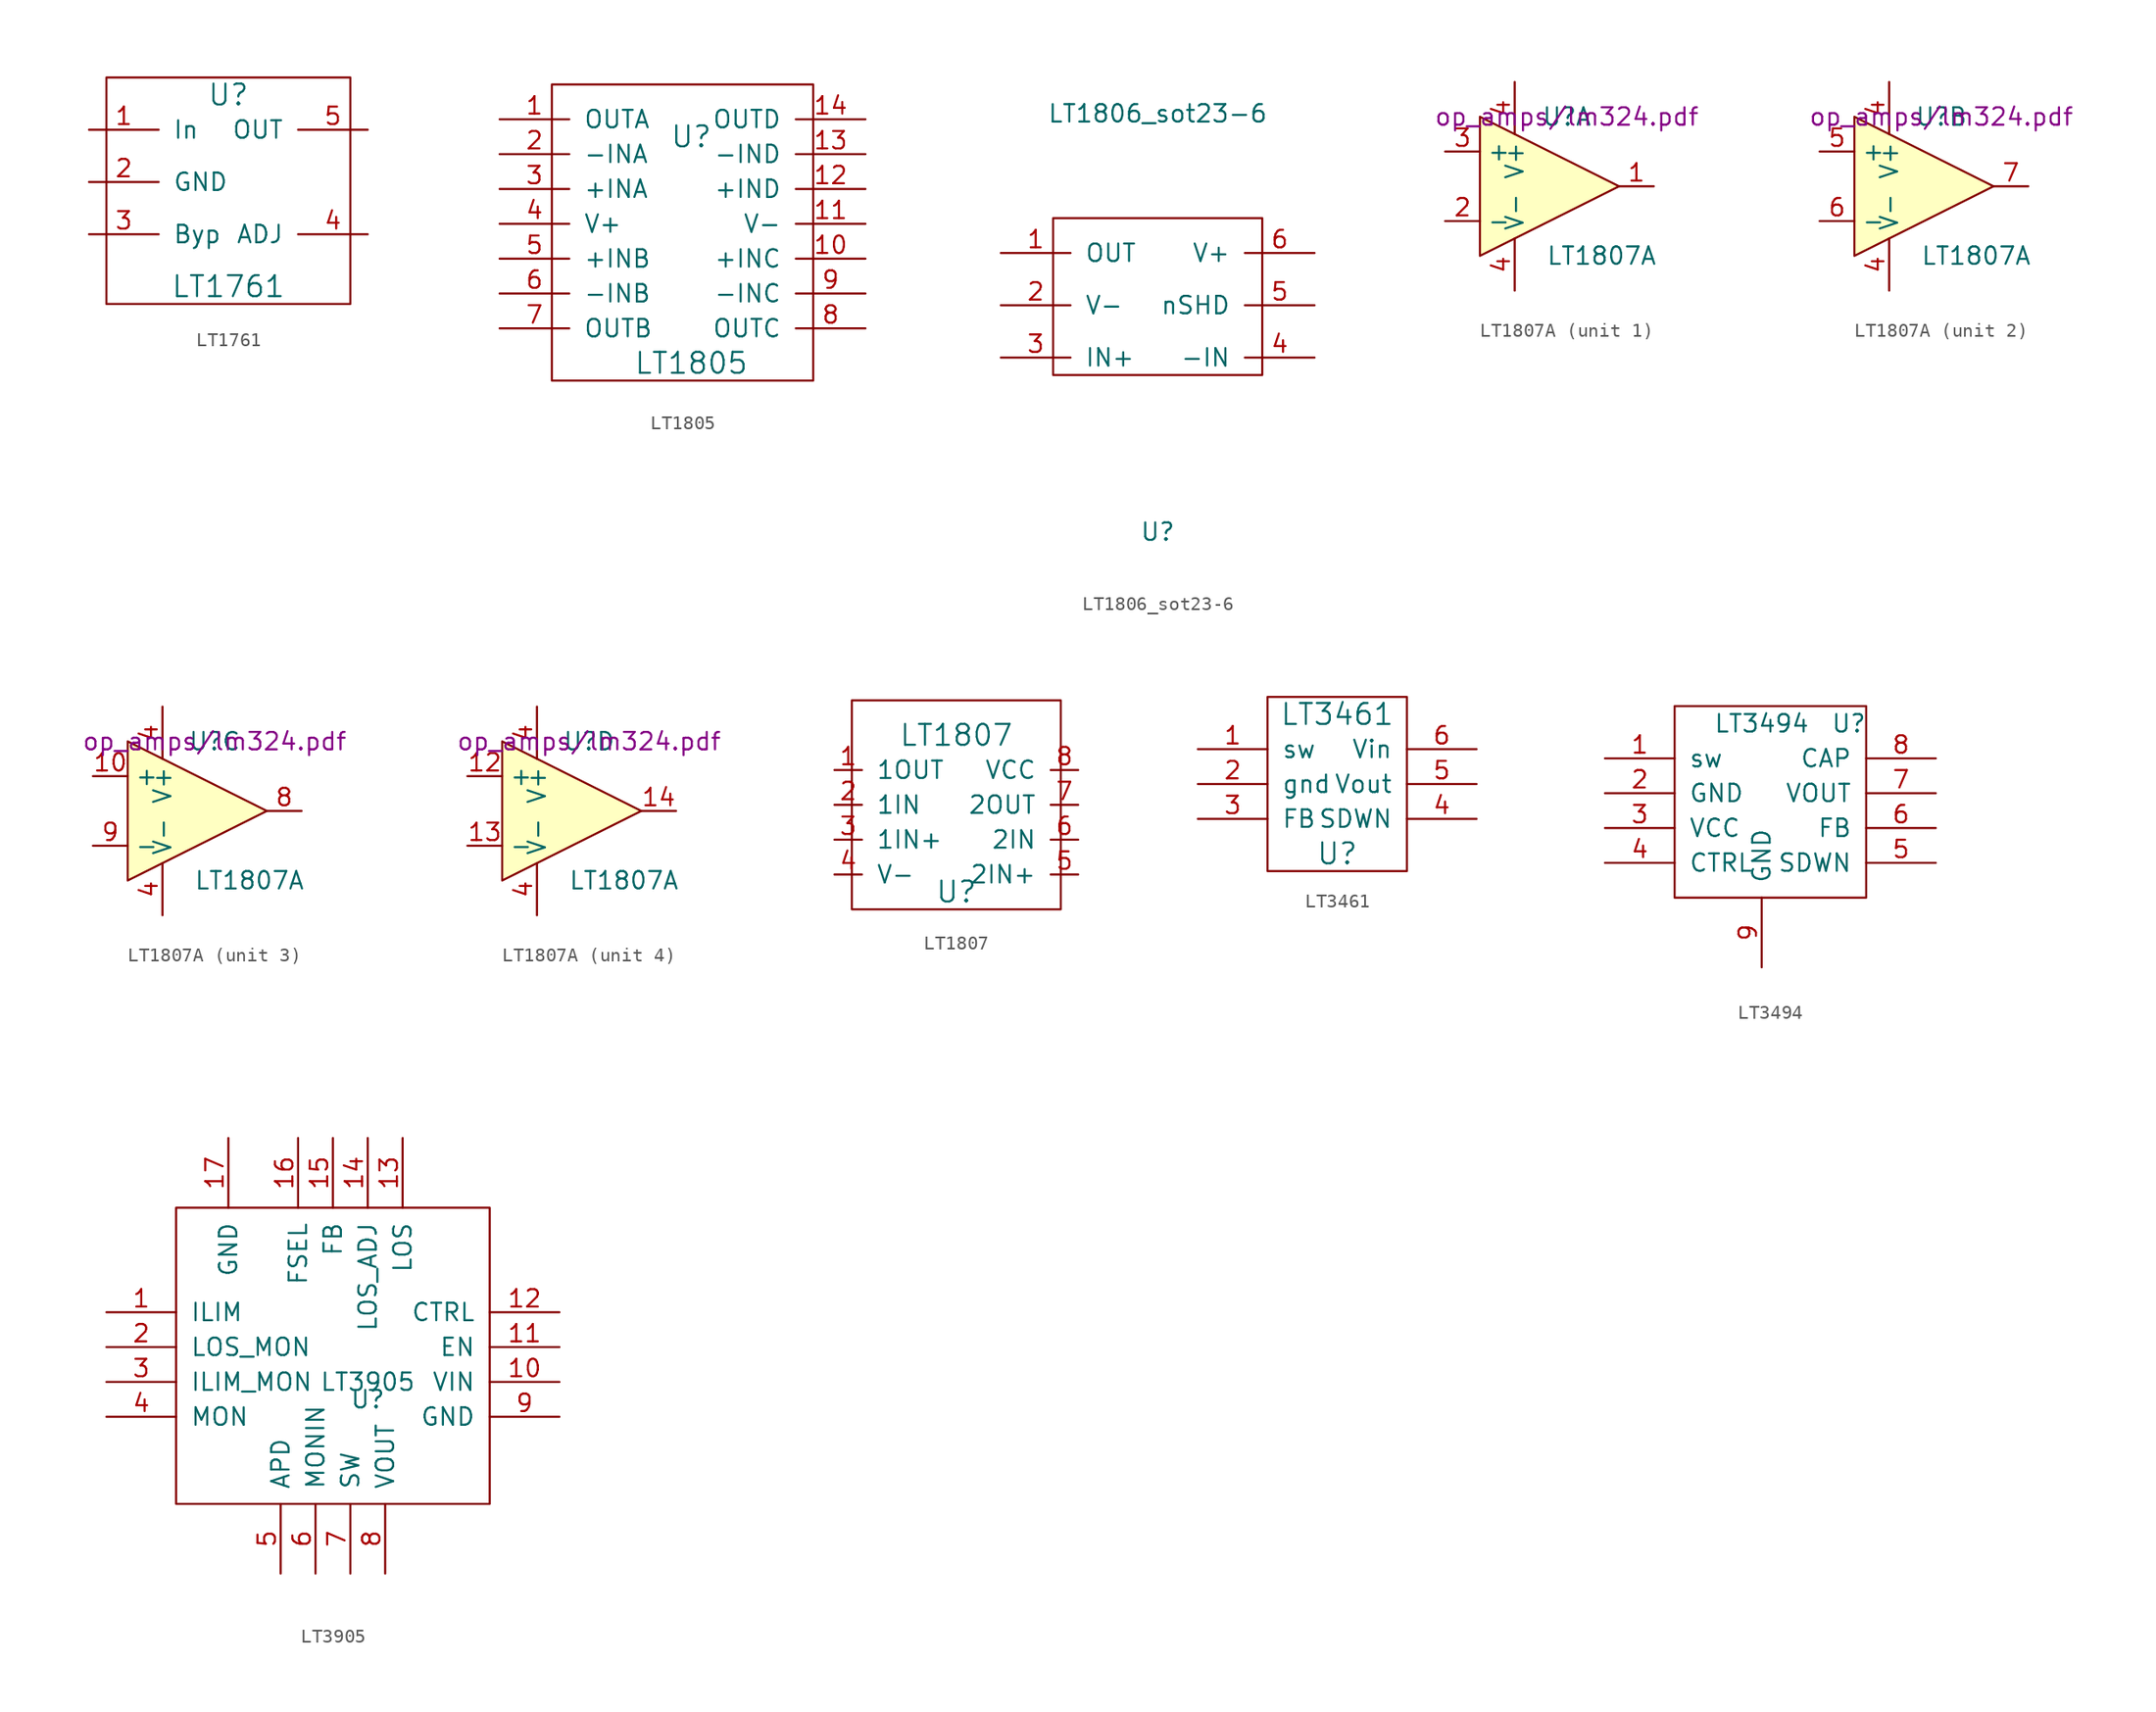
<source format=kicad_sym>
(kicad_symbol_lib
  (version 20220914)
  (generator kicad_symbol_editor)
  (symbol "LT1761"
    (pin_names
      (offset 1.016))
    (property "Reference" "U"
      (at 0 6.35 0)
      (effects (font (size 1.524 1.524))))
    (property "Value" "LT1761"
      (at 0 -7.62 0)
      (effects (font (size 1.524 1.524))))
    (property "Footprint" ""
      (at 0 0 0)
      (effects (font (size 1.524 1.524))))
    (property "Datasheet" ""
      (at 0 0 0)
      (effects (font (size 1.524 1.524))))
    (symbol "LT1761_0_1"
      (rectangle (start -8.89 7.62) (end 8.89 -8.89) (stroke (width 0) (type solid)) (fill (type none))))
    (symbol "LT1761_1_1"
      (pin input line (at -10.16 3.81 0) (length 5.08) (name "In" (effects (font (size 1.27 1.27)))) (number "1" (effects (font (size 1.27 1.27)))))
      (pin input line (at -10.16 0 0) (length 5.08) (name "GND" (effects (font (size 1.27 1.27)))) (number "2" (effects (font (size 1.27 1.27)))))
      (pin input line (at -10.16 -3.81 0) (length 5.08) (name "Byp" (effects (font (size 1.27 1.27)))) (number "3" (effects (font (size 1.27 1.27)))))
      (pin input line (at 10.16 -3.81 180) (length 5.08) (name "ADJ" (effects (font (size 1.27 1.27)))) (number "4" (effects (font (size 1.27 1.27)))))
      (pin input line (at 10.16 3.81 180) (length 5.08) (name "OUT" (effects (font (size 1.27 1.27)))) (number "5" (effects (font (size 1.27 1.27)))))))
  (symbol "LT1805"
    (pin_names
      (offset 1.016))
    (property "Reference" "U"
      (at 0 6.35 0)
      (effects (font (size 1.524 1.524))))
    (property "Value" "LT1805"
      (at 0 -10.16 0)
      (effects (font (size 1.524 1.524))))
    (property "Footprint" ""
      (at 0 -2.54 0)
      (effects (font (size 1.524 1.524))))
    (property "Datasheet" ""
      (at 0 -2.54 0)
      (effects (font (size 1.524 1.524))))
    (symbol "LT1805_0_1"
      (rectangle (start -10.16 10.16) (end 8.89 -11.43) (stroke (width 0) (type solid)) (fill (type none))))
    (symbol "LT1805_1_1"
      (pin input line (at -13.97 7.62 0) (length 5.08) (name "OUTA" (effects (font (size 1.27 1.27)))) (number "1" (effects (font (size 1.27 1.27)))))
      (pin input line (at 12.7 -2.54 180) (length 5.08) (name "+INC" (effects (font (size 1.27 1.27)))) (number "10" (effects (font (size 1.27 1.27)))))
      (pin input line (at 12.7 0 180) (length 5.08) (name "V-" (effects (font (size 1.27 1.27)))) (number "11" (effects (font (size 1.27 1.27)))))
      (pin input line (at 12.7 2.54 180) (length 5.08) (name "+IND" (effects (font (size 1.27 1.27)))) (number "12" (effects (font (size 1.27 1.27)))))
      (pin input line (at 12.7 5.08 180) (length 5.08) (name "-IND" (effects (font (size 1.27 1.27)))) (number "13" (effects (font (size 1.27 1.27)))))
      (pin input line (at 12.7 7.62 180) (length 5.08) (name "OUTD" (effects (font (size 1.27 1.27)))) (number "14" (effects (font (size 1.27 1.27)))))
      (pin input line (at -13.97 5.08 0) (length 5.08) (name "-INA" (effects (font (size 1.27 1.27)))) (number "2" (effects (font (size 1.27 1.27)))))
      (pin input line (at -13.97 2.54 0) (length 5.08) (name "+INA" (effects (font (size 1.27 1.27)))) (number "3" (effects (font (size 1.27 1.27)))))
      (pin input line (at -13.97 0 0) (length 5.08) (name "V+" (effects (font (size 1.27 1.27)))) (number "4" (effects (font (size 1.27 1.27)))))
      (pin input line (at -13.97 -2.54 0) (length 5.08) (name "+INB" (effects (font (size 1.27 1.27)))) (number "5" (effects (font (size 1.27 1.27)))))
      (pin input line (at -13.97 -5.08 0) (length 5.08) (name "-INB" (effects (font (size 1.27 1.27)))) (number "6" (effects (font (size 1.27 1.27)))))
      (pin input line (at -13.97 -7.62 0) (length 5.08) (name "OUTB" (effects (font (size 1.27 1.27)))) (number "7" (effects (font (size 1.27 1.27)))))
      (pin input line (at 12.7 -7.62 180) (length 5.08) (name "OUTC" (effects (font (size 1.27 1.27)))) (number "8" (effects (font (size 1.27 1.27)))))
      (pin input line (at 12.7 -5.08 180) (length 5.08) (name "-INC" (effects (font (size 1.27 1.27)))) (number "9" (effects (font (size 1.27 1.27)))))))
  (symbol "LT1806_sot23-6"
    (pin_names
      (offset 1.016))
    (property "Reference" "U"
      (at 0 -15.24 0)
      (effects (font (size 1.27 1.27))))
    (property "Value" "LT1806_sot23-6"
      (at 0 15.24 0)
      (effects (font (size 1.27 1.27))))
    (symbol "LT1806_sot23-6_0_1"
      (rectangle (start -7.62 7.62) (end 7.62 -3.81) (stroke (width 0) (type solid)) (fill (type none))))
    (symbol "LT1806_sot23-6_1_1"
      (pin input line (at -11.43 5.08 0) (length 5.08) (name "OUT" (effects (font (size 1.27 1.27)))) (number "1" (effects (font (size 1.27 1.27)))))
      (pin input line (at -11.43 1.27 0) (length 5.08) (name "V-" (effects (font (size 1.27 1.27)))) (number "2" (effects (font (size 1.27 1.27)))))
      (pin input line (at -11.43 -2.54 0) (length 5.08) (name "IN+" (effects (font (size 1.27 1.27)))) (number "3" (effects (font (size 1.27 1.27)))))
      (pin input line (at 11.43 -2.54 180) (length 5.08) (name "-IN" (effects (font (size 1.27 1.27)))) (number "4" (effects (font (size 1.27 1.27)))))
      (pin input line (at 11.43 1.27 180) (length 5.08) (name "nSHD" (effects (font (size 1.27 1.27)))) (number "5" (effects (font (size 1.27 1.27)))))
      (pin input line (at 11.43 5.08 180) (length 5.08) (name "V+" (effects (font (size 1.27 1.27)))) (number "6" (effects (font (size 1.27 1.27)))))))
  (symbol "LT1807A"
    (property "Reference" "U"
      (at 1.27 5.08 0)
      (effects (font (size 1.27 1.27))))
    (property "Value" "LT1807A"
      (at 3.81 -5.08 0)
      (effects (font (size 1.27 1.27))))
    (property "Footprint" ""
      (at -1.27 2.54 0)
      (effects (font (size 1.27 1.27))))
    (property "Datasheet" "op_amps/lm324.pdf"
      (at 1.27 5.08 0)
      (effects (font (size 1.27 1.27))))
    (symbol "LT1807A_0_1"
      (polyline (pts (xy -5.08 5.08) (xy 5.08 0) (xy -5.08 -5.08) (xy -5.08 5.08)) (stroke (width 0.152) (type solid)) (fill (type background)))
      (pin power_in line (at -2.54 7.62 270) (length 3.81) (name "V+" (effects (font (size 1.27 1.27)))) (number "4" (effects (font (size 1.27 1.27)))))
      (pin power_in line (at -2.54 -7.62 90) (length 3.81) (name "V-" (effects (font (size 1.27 1.27)))) (number "4" (effects (font (size 1.27 1.27))))))
    (symbol "LT1807A_1_1"
      (pin output line (at 7.62 0 180) (length 2.54) (name "~" (effects (font (size 1.27 1.27)))) (number "1" (effects (font (size 1.27 1.27)))))
      (pin input line (at -7.62 -2.54 0) (length 2.54) (name "-" (effects (font (size 1.27 1.27)))) (number "2" (effects (font (size 1.27 1.27)))))
      (pin input line (at -7.62 2.54 0) (length 2.54) (name "+" (effects (font (size 1.27 1.27)))) (number "3" (effects (font (size 1.27 1.27))))))
    (symbol "LT1807A_2_1"
      (pin input line (at -7.62 2.54 0) (length 2.54) (name "+" (effects (font (size 1.27 1.27)))) (number "5" (effects (font (size 1.27 1.27)))))
      (pin input line (at -7.62 -2.54 0) (length 2.54) (name "-" (effects (font (size 1.27 1.27)))) (number "6" (effects (font (size 1.27 1.27)))))
      (pin output line (at 7.62 0 180) (length 2.54) (name "~" (effects (font (size 1.27 1.27)))) (number "7" (effects (font (size 1.27 1.27))))))
    (symbol "LT1807A_3_1"
      (pin input line (at -7.62 2.54 0) (length 2.54) (name "+" (effects (font (size 1.27 1.27)))) (number "10" (effects (font (size 1.27 1.27)))))
      (pin output line (at 7.62 0 180) (length 2.54) (name "~" (effects (font (size 1.27 1.27)))) (number "8" (effects (font (size 1.27 1.27)))))
      (pin input line (at -7.62 -2.54 0) (length 2.54) (name "-" (effects (font (size 1.27 1.27)))) (number "9" (effects (font (size 1.27 1.27))))))
    (symbol "LT1807A_4_1"
      (pin input line (at -7.62 2.54 0) (length 2.54) (name "+" (effects (font (size 1.27 1.27)))) (number "12" (effects (font (size 1.27 1.27)))))
      (pin input line (at -7.62 -2.54 0) (length 2.54) (name "-" (effects (font (size 1.27 1.27)))) (number "13" (effects (font (size 1.27 1.27)))))
      (pin output line (at 7.62 0 180) (length 2.54) (name "~" (effects (font (size 1.27 1.27)))) (number "14" (effects (font (size 1.27 1.27)))))))
  (symbol "LT1807"
    (pin_names
      (offset 1.016))
    (property "Reference" "U"
      (at 0 -5.08 0)
      (effects (font (size 1.524 1.524))))
    (property "Value" "LT1807"
      (at 0 6.35 0)
      (effects (font (size 1.524 1.524))))
    (property "Footprint" ""
      (at -2.54 0 0)
      (effects (font (size 1.524 1.524))))
    (property "Datasheet" ""
      (at -2.54 0 0)
      (effects (font (size 1.524 1.524))))
    (symbol "LT1807_0_0"
      (rectangle (start -7.62 8.89) (end 7.62 -6.35) (stroke (width 0) (type solid)) (fill (type none))))
    (symbol "LT1807_1_1"
      (pin input line (at -8.89 3.81 0) (length 2.007) (name "1OUT" (effects (font (size 1.27 1.27)))) (number "1" (effects (font (size 1.27 1.27)))))
      (pin input line (at -8.89 1.27 0) (length 2.007) (name "1IN" (effects (font (size 1.27 1.27)))) (number "2" (effects (font (size 1.27 1.27)))))
      (pin input line (at -8.89 -1.27 0) (length 2.007) (name "1IN+" (effects (font (size 1.27 1.27)))) (number "3" (effects (font (size 1.27 1.27)))))
      (pin input line (at -8.89 -3.81 0) (length 2.007) (name "V-" (effects (font (size 1.27 1.27)))) (number "4" (effects (font (size 1.27 1.27)))))
      (pin input line (at 8.89 -3.81 180) (length 2.007) (name "2IN+" (effects (font (size 1.27 1.27)))) (number "5" (effects (font (size 1.27 1.27)))))
      (pin input line (at 8.89 -1.27 180) (length 2.007) (name "2IN" (effects (font (size 1.27 1.27)))) (number "6" (effects (font (size 1.27 1.27)))))
      (pin input line (at 8.89 1.27 180) (length 2.007) (name "2OUT" (effects (font (size 1.27 1.27)))) (number "7" (effects (font (size 1.27 1.27)))))
      (pin input line (at 8.89 3.81 180) (length 2.007) (name "VCC" (effects (font (size 1.27 1.27)))) (number "8" (effects (font (size 1.27 1.27)))))))
  (symbol "LT3461"
    (pin_names
      (offset 1.016))
    (property "Reference" "U"
      (at 0 -5.08 0)
      (effects (font (size 1.524 1.524))))
    (property "Value" "LT3461"
      (at 0 5.08 0)
      (effects (font (size 1.524 1.524))))
    (property "Footprint" ""
      (at 0 0 0)
      (effects (font (size 1.524 1.524))))
    (property "Datasheet" ""
      (at 0 0 0)
      (effects (font (size 1.524 1.524))))
    (symbol "LT3461_0_1"
      (rectangle (start -5.08 6.35) (end 5.08 -6.35) (stroke (width 0) (type solid)) (fill (type none))))
    (symbol "LT3461_1_1"
      (pin input line (at -10.16 2.54 0) (length 5.08) (name "sw" (effects (font (size 1.27 1.27)))) (number "1" (effects (font (size 1.27 1.27)))))
      (pin input line (at -10.16 0 0) (length 5.08) (name "gnd" (effects (font (size 1.27 1.27)))) (number "2" (effects (font (size 1.27 1.27)))))
      (pin input line (at -10.16 -2.54 0) (length 5.08) (name "FB" (effects (font (size 1.27 1.27)))) (number "3" (effects (font (size 1.27 1.27)))))
      (pin input line (at 10.16 -2.54 180) (length 5.08) (name "SDWN" (effects (font (size 1.27 1.27)))) (number "4" (effects (font (size 1.27 1.27)))))
      (pin input line (at 10.16 0 180) (length 5.08) (name "Vout" (effects (font (size 1.27 1.27)))) (number "5" (effects (font (size 1.27 1.27)))))
      (pin input line (at 10.16 2.54 180) (length 5.08) (name "Vin" (effects (font (size 1.27 1.27)))) (number "6" (effects (font (size 1.27 1.27)))))))
  (symbol "LT3494"
    (pin_names
      (offset 1.016))
    (property "Reference" "U"
      (at 6.35 7.62 0)
      (effects (font (size 1.27 1.27))))
    (property "Value" "LT3494"
      (at 0 7.62 0)
      (effects (font (size 1.27 1.27))))
    (symbol "LT3494_0_1"
      (rectangle (start -6.35 8.89) (end 7.62 -5.08) (stroke (width 0) (type solid)) (fill (type none))))
    (symbol "LT3494_1_1"
      (pin input line (at -11.43 5.08 0) (length 5.08) (name "sw" (effects (font (size 1.27 1.27)))) (number "1" (effects (font (size 1.27 1.27)))))
      (pin input line (at -11.43 2.54 0) (length 5.08) (name "GND" (effects (font (size 1.27 1.27)))) (number "2" (effects (font (size 1.27 1.27)))))
      (pin input line (at -11.43 0 0) (length 5.08) (name "VCC" (effects (font (size 1.27 1.27)))) (number "3" (effects (font (size 1.27 1.27)))))
      (pin input line (at -11.43 -2.54 0) (length 5.08) (name "CTRL" (effects (font (size 1.27 1.27)))) (number "4" (effects (font (size 1.27 1.27)))))
      (pin input line (at 12.7 -2.54 180) (length 5.08) (name "SDWN" (effects (font (size 1.27 1.27)))) (number "5" (effects (font (size 1.27 1.27)))))
      (pin input line (at 12.7 0 180) (length 5.08) (name "FB" (effects (font (size 1.27 1.27)))) (number "6" (effects (font (size 1.27 1.27)))))
      (pin input line (at 12.7 2.54 180) (length 5.08) (name "VOUT" (effects (font (size 1.27 1.27)))) (number "7" (effects (font (size 1.27 1.27)))))
      (pin input line (at 12.7 5.08 180) (length 5.08) (name "CAP" (effects (font (size 1.27 1.27)))) (number "8" (effects (font (size 1.27 1.27)))))
      (pin input line (at 0 -10.16 90) (length 5.08) (name "GND" (effects (font (size 1.27 1.27)))) (number "9" (effects (font (size 1.27 1.27)))))))
  (symbol "LT3905"
    (pin_names
      (offset 1.016))
    (property "Reference" "U"
      (at 2.54 -2.54 0)
      (effects (font (size 1.27 1.27))))
    (property "Value" "LT3905"
      (at 2.54 -1.27 0)
      (effects (font (size 1.27 1.27))))
    (symbol "LT3905_0_1"
      (rectangle (start -11.43 11.43) (end 11.43 -10.16) (stroke (width 0) (type solid)) (fill (type none))))
    (symbol "LT3905_1_1"
      (pin input line (at -16.51 3.81 0) (length 5.08) (name "ILIM" (effects (font (size 1.27 1.27)))) (number "1" (effects (font (size 1.27 1.27)))))
      (pin input line (at 16.51 -1.27 180) (length 5.08) (name "VIN" (effects (font (size 1.27 1.27)))) (number "10" (effects (font (size 1.27 1.27)))))
      (pin input line (at 16.51 1.27 180) (length 5.08) (name "EN" (effects (font (size 1.27 1.27)))) (number "11" (effects (font (size 1.27 1.27)))))
      (pin input line (at 16.51 3.81 180) (length 5.08) (name "CTRL" (effects (font (size 1.27 1.27)))) (number "12" (effects (font (size 1.27 1.27)))))
      (pin input line (at 5.08 16.51 270) (length 5.08) (name "LOS" (effects (font (size 1.27 1.27)))) (number "13" (effects (font (size 1.27 1.27)))))
      (pin input line (at 2.54 16.51 270) (length 5.08) (name "LOS_ADJ" (effects (font (size 1.27 1.27)))) (number "14" (effects (font (size 1.27 1.27)))))
      (pin input line (at 0 16.51 270) (length 5.08) (name "FB" (effects (font (size 1.27 1.27)))) (number "15" (effects (font (size 1.27 1.27)))))
      (pin input line (at -2.54 16.51 270) (length 5.08) (name "FSEL" (effects (font (size 1.27 1.27)))) (number "16" (effects (font (size 1.27 1.27)))))
      (pin input line (at -7.62 16.51 270) (length 5.08) (name "GND" (effects (font (size 1.27 1.27)))) (number "17" (effects (font (size 1.27 1.27)))))
      (pin input line (at -16.51 1.27 0) (length 5.08) (name "LOS_MON" (effects (font (size 1.27 1.27)))) (number "2" (effects (font (size 1.27 1.27)))))
      (pin input line (at -16.51 -1.27 0) (length 5.08) (name "ILIM_MON" (effects (font (size 1.27 1.27)))) (number "3" (effects (font (size 1.27 1.27)))))
      (pin input line (at -16.51 -3.81 0) (length 5.08) (name "MON" (effects (font (size 1.27 1.27)))) (number "4" (effects (font (size 1.27 1.27)))))
      (pin input line (at -3.81 -15.24 90) (length 5.08) (name "APD" (effects (font (size 1.27 1.27)))) (number "5" (effects (font (size 1.27 1.27)))))
      (pin input line (at -1.27 -15.24 90) (length 5.08) (name "MONIN" (effects (font (size 1.27 1.27)))) (number "6" (effects (font (size 1.27 1.27)))))
      (pin input line (at 1.27 -15.24 90) (length 5.08) (name "SW" (effects (font (size 1.27 1.27)))) (number "7" (effects (font (size 1.27 1.27)))))
      (pin input line (at 3.81 -15.24 90) (length 5.08) (name "VOUT" (effects (font (size 1.27 1.27)))) (number "8" (effects (font (size 1.27 1.27)))))
      (pin input line (at 16.51 -3.81 180) (length 5.08) (name "GND" (effects (font (size 1.27 1.27)))) (number "9" (effects (font (size 1.27 1.27))))))))
</source>
